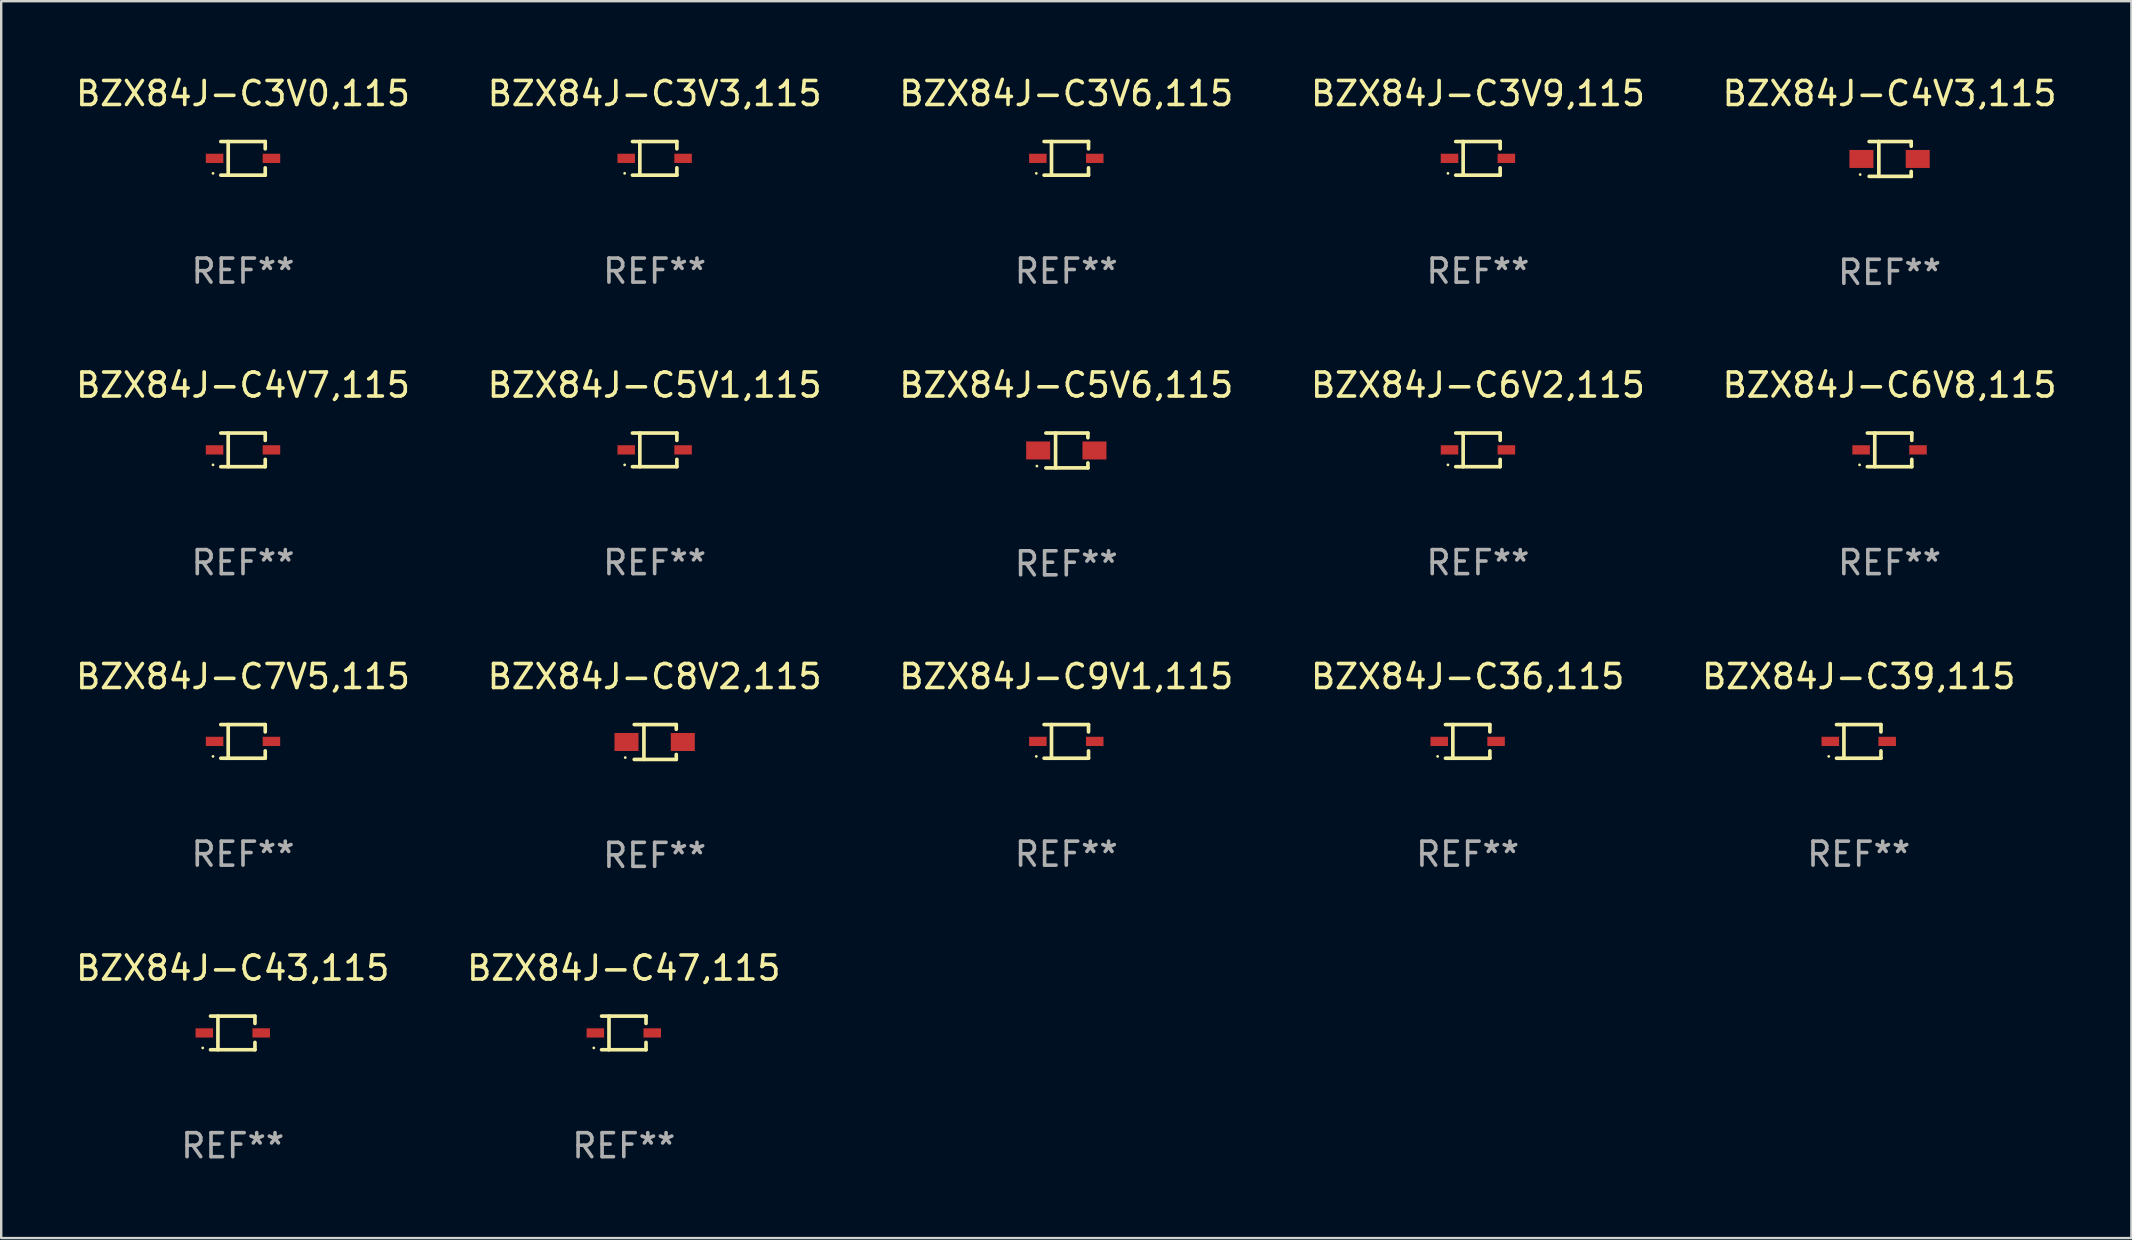
<source format=kicad_pcb>
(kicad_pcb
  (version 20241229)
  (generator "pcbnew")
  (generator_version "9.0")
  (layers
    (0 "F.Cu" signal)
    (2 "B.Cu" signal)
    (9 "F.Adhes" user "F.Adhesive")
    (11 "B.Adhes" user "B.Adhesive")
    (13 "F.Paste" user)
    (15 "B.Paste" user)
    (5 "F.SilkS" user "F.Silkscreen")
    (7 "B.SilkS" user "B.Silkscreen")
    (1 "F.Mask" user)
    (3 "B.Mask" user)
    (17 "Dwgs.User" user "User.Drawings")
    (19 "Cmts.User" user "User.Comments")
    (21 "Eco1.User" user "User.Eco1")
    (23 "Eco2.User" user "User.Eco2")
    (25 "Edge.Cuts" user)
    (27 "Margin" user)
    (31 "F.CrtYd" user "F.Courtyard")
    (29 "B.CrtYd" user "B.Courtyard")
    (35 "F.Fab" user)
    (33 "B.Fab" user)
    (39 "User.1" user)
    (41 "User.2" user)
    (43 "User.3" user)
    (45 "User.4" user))
  (footprint "BZX84J-C5V6,115"
    (layer "F.Cu")
    (at 41.387 15.723)
    (property "Reference" "BZX84J-C5V6,115" (at 0 -2.726 0) (layer "F.SilkS") (effects (font (size 1 1) (thickness 0.15))))
    (attr through_hole)
    (fp_line (start -0.851 -0.726) (end 0.901 -0.726) (stroke (width 0.152) (type solid)) (layer "F.SilkS"))
    (fp_line (start -0.851 0.726) (end 0.901 0.726) (stroke (width 0.152) (type solid)) (layer "F.SilkS"))
    (fp_line (start -0.447 -0.726) (end -0.447 0.726) (stroke (width 0.152) (type solid)) (layer "F.SilkS"))
    (fp_line (start 0.901 -0.726) (end 0.901 -0.53) (stroke (width 0.152) (type solid)) (layer "F.SilkS"))
    (fp_line (start 0.901 0.726) (end 0.901 0.52) (stroke (width 0.152) (type solid)) (layer "F.SilkS"))
    (fp_circle (center -1.225 0.65) (end -1.195 0.65) (stroke (width 0.06) (type solid)) (fill no) (layer "F.SilkS"))
    (fp_text user "REF**" (at 0 4.726 0) (layer "F.Fab") (effects (font (size 1 1) (thickness 0.15))))
    (pad "1" smd rect (at -1.173 0) (size 1 0.75) (layers "F.Cu" "F.Mask" "F.Paste"))
    (pad "2" smd rect (at 1.173 0) (size 1 0.75) (layers "F.Cu" "F.Mask" "F.Paste")))
  (footprint "BZX84J-C9V1,115"
    (layer "F.Cu")
    (at 41.387 27.847)
    (property "Reference" "BZX84J-C9V1,115" (at 0 -2.701 0) (layer "F.SilkS") (effects (font (size 1 1) (thickness 0.15))))
    (attr through_hole)
    (fp_line (start -0.926 -0.701) (end 0.926 -0.701) (stroke (width 0.152) (type solid)) (layer "F.SilkS"))
    (fp_line (start -0.926 0.701) (end 0.926 0.701) (stroke (width 0.152) (type solid)) (layer "F.SilkS"))
    (fp_line (start -0.617 -0.701) (end -0.617 0.701) (stroke (width 0.152) (type solid)) (layer "F.SilkS"))
    (fp_line (start 0.926 -0.701) (end 0.926 -0.396) (stroke (width 0.152) (type solid)) (layer "F.SilkS"))
    (fp_line (start 0.926 0.701) (end 0.926 0.396) (stroke (width 0.152) (type solid)) (layer "F.SilkS"))
    (fp_circle (center -1.25 0.625) (end -1.22 0.625) (stroke (width 0.06) (type solid)) (fill no) (layer "F.SilkS"))
    (fp_text user "REF**" (at 0 4.701 0) (layer "F.Fab") (effects (font (size 1 1) (thickness 0.15))))
    (pad "1" smd rect (at -1.185 0 180) (size 0.73 0.385) (layers "F.Cu" "F.Mask" "F.Paste"))
    (pad "2" smd rect (at 1.185 0 180) (size 0.73 0.385) (layers "F.Cu" "F.Mask" "F.Paste")))
  (footprint "BZX84J-C4V7,115"
    (layer "F.Cu")
    (at 7.077 15.698)
    (property "Reference" "BZX84J-C4V7,115" (at 0 -2.701 0) (layer "F.SilkS") (effects (font (size 1 1) (thickness 0.15))))
    (attr through_hole)
    (fp_line (start -0.926 -0.701) (end 0.926 -0.701) (stroke (width 0.152) (type solid)) (layer "F.SilkS"))
    (fp_line (start -0.926 0.701) (end 0.926 0.701) (stroke (width 0.152) (type solid)) (layer "F.SilkS"))
    (fp_line (start -0.617 -0.701) (end -0.617 0.701) (stroke (width 0.152) (type solid)) (layer "F.SilkS"))
    (fp_line (start 0.926 -0.701) (end 0.926 -0.396) (stroke (width 0.152) (type solid)) (layer "F.SilkS"))
    (fp_line (start 0.926 0.701) (end 0.926 0.396) (stroke (width 0.152) (type solid)) (layer "F.SilkS"))
    (fp_circle (center -1.25 0.625) (end -1.22 0.625) (stroke (width 0.06) (type solid)) (fill no) (layer "F.SilkS"))
    (fp_text user "REF**" (at 0 4.701 0) (layer "F.Fab") (effects (font (size 1 1) (thickness 0.15))))
    (pad "1" smd rect (at -1.185 0 180) (size 0.73 0.385) (layers "F.Cu" "F.Mask" "F.Paste"))
    (pad "2" smd rect (at 1.185 0 180) (size 0.73 0.385) (layers "F.Cu" "F.Mask" "F.Paste")))
  (footprint "BZX84J-C3V3,115"
    (layer "F.Cu")
    (at 24.232 3.549)
    (property "Reference" "BZX84J-C3V3,115" (at 0 -2.701 0) (layer "F.SilkS") (effects (font (size 1 1) (thickness 0.15))))
    (attr through_hole)
    (fp_line (start -0.926 -0.701) (end 0.926 -0.701) (stroke (width 0.152) (type solid)) (layer "F.SilkS"))
    (fp_line (start -0.926 0.701) (end 0.926 0.701) (stroke (width 0.152) (type solid)) (layer "F.SilkS"))
    (fp_line (start -0.617 -0.701) (end -0.617 0.701) (stroke (width 0.152) (type solid)) (layer "F.SilkS"))
    (fp_line (start 0.926 -0.701) (end 0.926 -0.396) (stroke (width 0.152) (type solid)) (layer "F.SilkS"))
    (fp_line (start 0.926 0.701) (end 0.926 0.396) (stroke (width 0.152) (type solid)) (layer "F.SilkS"))
    (fp_circle (center -1.25 0.625) (end -1.22 0.625) (stroke (width 0.06) (type solid)) (fill no) (layer "F.SilkS"))
    (fp_text user "REF**" (at 0 4.701 0) (layer "F.Fab") (effects (font (size 1 1) (thickness 0.15))))
    (pad "1" smd rect (at -1.185 0 180) (size 0.73 0.385) (layers "F.Cu" "F.Mask" "F.Paste"))
    (pad "2" smd rect (at 1.185 0 180) (size 0.73 0.385) (layers "F.Cu" "F.Mask" "F.Paste")))
  (footprint "BZX84J-C3V9,115"
    (layer "F.Cu")
    (at 58.542 3.549)
    (property "Reference" "BZX84J-C3V9,115" (at 0 -2.701 0) (layer "F.SilkS") (effects (font (size 1 1) (thickness 0.15))))
    (attr through_hole)
    (fp_line (start -0.926 -0.701) (end 0.926 -0.701) (stroke (width 0.152) (type solid)) (layer "F.SilkS"))
    (fp_line (start -0.926 0.701) (end 0.926 0.701) (stroke (width 0.152) (type solid)) (layer "F.SilkS"))
    (fp_line (start -0.617 -0.701) (end -0.617 0.701) (stroke (width 0.152) (type solid)) (layer "F.SilkS"))
    (fp_line (start 0.926 -0.701) (end 0.926 -0.396) (stroke (width 0.152) (type solid)) (layer "F.SilkS"))
    (fp_line (start 0.926 0.701) (end 0.926 0.396) (stroke (width 0.152) (type solid)) (layer "F.SilkS"))
    (fp_circle (center -1.25 0.625) (end -1.22 0.625) (stroke (width 0.06) (type solid)) (fill no) (layer "F.SilkS"))
    (fp_text user "REF**" (at 0 4.701 0) (layer "F.Fab") (effects (font (size 1 1) (thickness 0.15))))
    (pad "1" smd rect (at -1.185 0 180) (size 0.73 0.385) (layers "F.Cu" "F.Mask" "F.Paste"))
    (pad "2" smd rect (at 1.185 0 180) (size 0.73 0.385) (layers "F.Cu" "F.Mask" "F.Paste")))
  (footprint "BZX84J-C4V3,115"
    (layer "F.Cu")
    (at 75.696 3.574)
    (property "Reference" "BZX84J-C4V3,115" (at 0 -2.726 0) (layer "F.SilkS") (effects (font (size 1 1) (thickness 0.15))))
    (attr through_hole)
    (fp_line (start -0.851 -0.726) (end 0.901 -0.726) (stroke (width 0.152) (type solid)) (layer "F.SilkS"))
    (fp_line (start -0.851 0.726) (end 0.901 0.726) (stroke (width 0.152) (type solid)) (layer "F.SilkS"))
    (fp_line (start -0.447 -0.726) (end -0.447 0.726) (stroke (width 0.152) (type solid)) (layer "F.SilkS"))
    (fp_line (start 0.901 -0.726) (end 0.901 -0.53) (stroke (width 0.152) (type solid)) (layer "F.SilkS"))
    (fp_line (start 0.901 0.726) (end 0.901 0.52) (stroke (width 0.152) (type solid)) (layer "F.SilkS"))
    (fp_circle (center -1.225 0.65) (end -1.195 0.65) (stroke (width 0.06) (type solid)) (fill no) (layer "F.SilkS"))
    (fp_text user "REF**" (at 0 4.726 0) (layer "F.Fab") (effects (font (size 1 1) (thickness 0.15))))
    (pad "1" smd rect (at -1.173 0) (size 1 0.75) (layers "F.Cu" "F.Mask" "F.Paste"))
    (pad "2" smd rect (at 1.173 0) (size 1 0.75) (layers "F.Cu" "F.Mask" "F.Paste")))
  (footprint "BZX84J-C47,115"
    (layer "F.Cu")
    (at 22.946 39.996)
    (property "Reference" "BZX84J-C47,115" (at 0 -2.701 0) (layer "F.SilkS") (effects (font (size 1 1) (thickness 0.15))))
    (attr through_hole)
    (fp_line (start -0.926 -0.701) (end 0.926 -0.701) (stroke (width 0.152) (type solid)) (layer "F.SilkS"))
    (fp_line (start -0.926 0.701) (end 0.926 0.701) (stroke (width 0.152) (type solid)) (layer "F.SilkS"))
    (fp_line (start -0.617 -0.701) (end -0.617 0.701) (stroke (width 0.152) (type solid)) (layer "F.SilkS"))
    (fp_line (start 0.926 -0.701) (end 0.926 -0.396) (stroke (width 0.152) (type solid)) (layer "F.SilkS"))
    (fp_line (start 0.926 0.701) (end 0.926 0.396) (stroke (width 0.152) (type solid)) (layer "F.SilkS"))
    (fp_circle (center -1.25 0.625) (end -1.22 0.625) (stroke (width 0.06) (type solid)) (fill no) (layer "F.SilkS"))
    (fp_text user "REF**" (at 0 4.701 0) (layer "F.Fab") (effects (font (size 1 1) (thickness 0.15))))
    (pad "1" smd rect (at -1.185 0 180) (size 0.73 0.385) (layers "F.Cu" "F.Mask" "F.Paste"))
    (pad "2" smd rect (at 1.185 0 180) (size 0.73 0.385) (layers "F.Cu" "F.Mask" "F.Paste")))
  (footprint "BZX84J-C8V2,115"
    (layer "F.Cu")
    (at 24.232 27.872)
    (property "Reference" "BZX84J-C8V2,115" (at 0 -2.726 0) (layer "F.SilkS") (effects (font (size 1 1) (thickness 0.15))))
    (attr through_hole)
    (fp_line (start -0.851 -0.726) (end 0.901 -0.726) (stroke (width 0.152) (type solid)) (layer "F.SilkS"))
    (fp_line (start -0.851 0.726) (end 0.901 0.726) (stroke (width 0.152) (type solid)) (layer "F.SilkS"))
    (fp_line (start -0.447 -0.726) (end -0.447 0.726) (stroke (width 0.152) (type solid)) (layer "F.SilkS"))
    (fp_line (start 0.901 -0.726) (end 0.901 -0.53) (stroke (width 0.152) (type solid)) (layer "F.SilkS"))
    (fp_line (start 0.901 0.726) (end 0.901 0.52) (stroke (width 0.152) (type solid)) (layer "F.SilkS"))
    (fp_circle (center -1.225 0.65) (end -1.195 0.65) (stroke (width 0.06) (type solid)) (fill no) (layer "F.SilkS"))
    (fp_text user "REF**" (at 0 4.726 0) (layer "F.Fab") (effects (font (size 1 1) (thickness 0.15))))
    (pad "1" smd rect (at -1.173 0) (size 1 0.75) (layers "F.Cu" "F.Mask" "F.Paste"))
    (pad "2" smd rect (at 1.173 0) (size 1 0.75) (layers "F.Cu" "F.Mask" "F.Paste")))
  (footprint "BZX84J-C43,115"
    (layer "F.Cu")
    (at 6.649 39.996)
    (property "Reference" "BZX84J-C43,115" (at 0 -2.701 0) (layer "F.SilkS") (effects (font (size 1 1) (thickness 0.15))))
    (attr through_hole)
    (fp_line (start -0.926 -0.701) (end 0.926 -0.701) (stroke (width 0.152) (type solid)) (layer "F.SilkS"))
    (fp_line (start -0.926 0.701) (end 0.926 0.701) (stroke (width 0.152) (type solid)) (layer "F.SilkS"))
    (fp_line (start -0.617 -0.701) (end -0.617 0.701) (stroke (width 0.152) (type solid)) (layer "F.SilkS"))
    (fp_line (start 0.926 -0.701) (end 0.926 -0.396) (stroke (width 0.152) (type solid)) (layer "F.SilkS"))
    (fp_line (start 0.926 0.701) (end 0.926 0.396) (stroke (width 0.152) (type solid)) (layer "F.SilkS"))
    (fp_circle (center -1.25 0.625) (end -1.22 0.625) (stroke (width 0.06) (type solid)) (fill no) (layer "F.SilkS"))
    (fp_text user "REF**" (at 0 4.701 0) (layer "F.Fab") (effects (font (size 1 1) (thickness 0.15))))
    (pad "1" smd rect (at -1.185 0 180) (size 0.73 0.385) (layers "F.Cu" "F.Mask" "F.Paste"))
    (pad "2" smd rect (at 1.185 0 180) (size 0.73 0.385) (layers "F.Cu" "F.Mask" "F.Paste")))
  (footprint "BZX84J-C7V5,115"
    (layer "F.Cu")
    (at 7.077 27.847)
    (property "Reference" "BZX84J-C7V5,115" (at 0 -2.701 0) (layer "F.SilkS") (effects (font (size 1 1) (thickness 0.15))))
    (attr through_hole)
    (fp_line (start -0.926 -0.701) (end 0.926 -0.701) (stroke (width 0.152) (type solid)) (layer "F.SilkS"))
    (fp_line (start -0.926 0.701) (end 0.926 0.701) (stroke (width 0.152) (type solid)) (layer "F.SilkS"))
    (fp_line (start -0.617 -0.701) (end -0.617 0.701) (stroke (width 0.152) (type solid)) (layer "F.SilkS"))
    (fp_line (start 0.926 -0.701) (end 0.926 -0.396) (stroke (width 0.152) (type solid)) (layer "F.SilkS"))
    (fp_line (start 0.926 0.701) (end 0.926 0.396) (stroke (width 0.152) (type solid)) (layer "F.SilkS"))
    (fp_circle (center -1.25 0.625) (end -1.22 0.625) (stroke (width 0.06) (type solid)) (fill no) (layer "F.SilkS"))
    (fp_text user "REF**" (at 0 4.701 0) (layer "F.Fab") (effects (font (size 1 1) (thickness 0.15))))
    (pad "1" smd rect (at -1.185 0 180) (size 0.73 0.385) (layers "F.Cu" "F.Mask" "F.Paste"))
    (pad "2" smd rect (at 1.185 0 180) (size 0.73 0.385) (layers "F.Cu" "F.Mask" "F.Paste")))
  (footprint "BZX84J-C6V2,115"
    (layer "F.Cu")
    (at 58.542 15.698)
    (property "Reference" "BZX84J-C6V2,115" (at 0 -2.701 0) (layer "F.SilkS") (effects (font (size 1 1) (thickness 0.15))))
    (attr through_hole)
    (fp_line (start -0.926 -0.701) (end 0.926 -0.701) (stroke (width 0.152) (type solid)) (layer "F.SilkS"))
    (fp_line (start -0.926 0.701) (end 0.926 0.701) (stroke (width 0.152) (type solid)) (layer "F.SilkS"))
    (fp_line (start -0.617 -0.701) (end -0.617 0.701) (stroke (width 0.152) (type solid)) (layer "F.SilkS"))
    (fp_line (start 0.926 -0.701) (end 0.926 -0.396) (stroke (width 0.152) (type solid)) (layer "F.SilkS"))
    (fp_line (start 0.926 0.701) (end 0.926 0.396) (stroke (width 0.152) (type solid)) (layer "F.SilkS"))
    (fp_circle (center -1.25 0.625) (end -1.22 0.625) (stroke (width 0.06) (type solid)) (fill no) (layer "F.SilkS"))
    (fp_text user "REF**" (at 0 4.701 0) (layer "F.Fab") (effects (font (size 1 1) (thickness 0.15))))
    (pad "1" smd rect (at -1.185 0 180) (size 0.73 0.385) (layers "F.Cu" "F.Mask" "F.Paste"))
    (pad "2" smd rect (at 1.185 0 180) (size 0.73 0.385) (layers "F.Cu" "F.Mask" "F.Paste")))
  (footprint "BZX84J-C36,115"
    (layer "F.Cu")
    (at 58.113 27.847)
    (property "Reference" "BZX84J-C36,115" (at 0 -2.701 0) (layer "F.SilkS") (effects (font (size 1 1) (thickness 0.15))))
    (attr through_hole)
    (fp_line (start -0.926 -0.701) (end 0.926 -0.701) (stroke (width 0.152) (type solid)) (layer "F.SilkS"))
    (fp_line (start -0.926 0.701) (end 0.926 0.701) (stroke (width 0.152) (type solid)) (layer "F.SilkS"))
    (fp_line (start -0.617 -0.701) (end -0.617 0.701) (stroke (width 0.152) (type solid)) (layer "F.SilkS"))
    (fp_line (start 0.926 -0.701) (end 0.926 -0.396) (stroke (width 0.152) (type solid)) (layer "F.SilkS"))
    (fp_line (start 0.926 0.701) (end 0.926 0.396) (stroke (width 0.152) (type solid)) (layer "F.SilkS"))
    (fp_circle (center -1.25 0.625) (end -1.22 0.625) (stroke (width 0.06) (type solid)) (fill no) (layer "F.SilkS"))
    (fp_text user "REF**" (at 0 4.701 0) (layer "F.Fab") (effects (font (size 1 1) (thickness 0.15))))
    (pad "1" smd rect (at -1.185 0 180) (size 0.73 0.385) (layers "F.Cu" "F.Mask" "F.Paste"))
    (pad "2" smd rect (at 1.185 0 180) (size 0.73 0.385) (layers "F.Cu" "F.Mask" "F.Paste")))
  (footprint "BZX84J-C39,115"
    (layer "F.Cu")
    (at 74.411 27.847)
    (property "Reference" "BZX84J-C39,115" (at 0 -2.701 0) (layer "F.SilkS") (effects (font (size 1 1) (thickness 0.15))))
    (attr through_hole)
    (fp_line (start -0.926 -0.701) (end 0.926 -0.701) (stroke (width 0.152) (type solid)) (layer "F.SilkS"))
    (fp_line (start -0.926 0.701) (end 0.926 0.701) (stroke (width 0.152) (type solid)) (layer "F.SilkS"))
    (fp_line (start -0.617 -0.701) (end -0.617 0.701) (stroke (width 0.152) (type solid)) (layer "F.SilkS"))
    (fp_line (start 0.926 -0.701) (end 0.926 -0.396) (stroke (width 0.152) (type solid)) (layer "F.SilkS"))
    (fp_line (start 0.926 0.701) (end 0.926 0.396) (stroke (width 0.152) (type solid)) (layer "F.SilkS"))
    (fp_circle (center -1.25 0.625) (end -1.22 0.625) (stroke (width 0.06) (type solid)) (fill no) (layer "F.SilkS"))
    (fp_text user "REF**" (at 0 4.701 0) (layer "F.Fab") (effects (font (size 1 1) (thickness 0.15))))
    (pad "1" smd rect (at -1.185 0 180) (size 0.73 0.385) (layers "F.Cu" "F.Mask" "F.Paste"))
    (pad "2" smd rect (at 1.185 0 180) (size 0.73 0.385) (layers "F.Cu" "F.Mask" "F.Paste")))
  (footprint "BZX84J-C3V0,115"
    (layer "F.Cu")
    (at 7.077 3.549)
    (property "Reference" "BZX84J-C3V0,115" (at 0 -2.701 0) (layer "F.SilkS") (effects (font (size 1 1) (thickness 0.15))))
    (attr through_hole)
    (fp_line (start -0.926 -0.701) (end 0.926 -0.701) (stroke (width 0.152) (type solid)) (layer "F.SilkS"))
    (fp_line (start -0.926 0.701) (end 0.926 0.701) (stroke (width 0.152) (type solid)) (layer "F.SilkS"))
    (fp_line (start -0.617 -0.701) (end -0.617 0.701) (stroke (width 0.152) (type solid)) (layer "F.SilkS"))
    (fp_line (start 0.926 -0.701) (end 0.926 -0.396) (stroke (width 0.152) (type solid)) (layer "F.SilkS"))
    (fp_line (start 0.926 0.701) (end 0.926 0.396) (stroke (width 0.152) (type solid)) (layer "F.SilkS"))
    (fp_circle (center -1.25 0.625) (end -1.22 0.625) (stroke (width 0.06) (type solid)) (fill no) (layer "F.SilkS"))
    (fp_text user "REF**" (at 0 4.701 0) (layer "F.Fab") (effects (font (size 1 1) (thickness 0.15))))
    (pad "1" smd rect (at -1.185 0 180) (size 0.73 0.385) (layers "F.Cu" "F.Mask" "F.Paste"))
    (pad "2" smd rect (at 1.185 0 180) (size 0.73 0.385) (layers "F.Cu" "F.Mask" "F.Paste")))
  (footprint "BZX84J-C6V8,115"
    (layer "F.Cu")
    (at 75.696 15.698)
    (property "Reference" "BZX84J-C6V8,115" (at 0 -2.701 0) (layer "F.SilkS") (effects (font (size 1 1) (thickness 0.15))))
    (attr through_hole)
    (fp_line (start -0.926 -0.701) (end 0.926 -0.701) (stroke (width 0.152) (type solid)) (layer "F.SilkS"))
    (fp_line (start -0.926 0.701) (end 0.926 0.701) (stroke (width 0.152) (type solid)) (layer "F.SilkS"))
    (fp_line (start -0.617 -0.701) (end -0.617 0.701) (stroke (width 0.152) (type solid)) (layer "F.SilkS"))
    (fp_line (start 0.926 -0.701) (end 0.926 -0.396) (stroke (width 0.152) (type solid)) (layer "F.SilkS"))
    (fp_line (start 0.926 0.701) (end 0.926 0.396) (stroke (width 0.152) (type solid)) (layer "F.SilkS"))
    (fp_circle (center -1.25 0.625) (end -1.22 0.625) (stroke (width 0.06) (type solid)) (fill no) (layer "F.SilkS"))
    (fp_text user "REF**" (at 0 4.701 0) (layer "F.Fab") (effects (font (size 1 1) (thickness 0.15))))
    (pad "1" smd rect (at -1.185 0 180) (size 0.73 0.385) (layers "F.Cu" "F.Mask" "F.Paste"))
    (pad "2" smd rect (at 1.185 0 180) (size 0.73 0.385) (layers "F.Cu" "F.Mask" "F.Paste")))
  (footprint "BZX84J-C3V6,115"
    (layer "F.Cu")
    (at 41.387 3.549)
    (property "Reference" "BZX84J-C3V6,115" (at 0 -2.701 0) (layer "F.SilkS") (effects (font (size 1 1) (thickness 0.15))))
    (attr through_hole)
    (fp_line (start -0.926 -0.701) (end 0.926 -0.701) (stroke (width 0.152) (type solid)) (layer "F.SilkS"))
    (fp_line (start -0.926 0.701) (end 0.926 0.701) (stroke (width 0.152) (type solid)) (layer "F.SilkS"))
    (fp_line (start -0.617 -0.701) (end -0.617 0.701) (stroke (width 0.152) (type solid)) (layer "F.SilkS"))
    (fp_line (start 0.926 -0.701) (end 0.926 -0.396) (stroke (width 0.152) (type solid)) (layer "F.SilkS"))
    (fp_line (start 0.926 0.701) (end 0.926 0.396) (stroke (width 0.152) (type solid)) (layer "F.SilkS"))
    (fp_circle (center -1.25 0.625) (end -1.22 0.625) (stroke (width 0.06) (type solid)) (fill no) (layer "F.SilkS"))
    (fp_text user "REF**" (at 0 4.701 0) (layer "F.Fab") (effects (font (size 1 1) (thickness 0.15))))
    (pad "1" smd rect (at -1.185 0 180) (size 0.73 0.385) (layers "F.Cu" "F.Mask" "F.Paste"))
    (pad "2" smd rect (at 1.185 0 180) (size 0.73 0.385) (layers "F.Cu" "F.Mask" "F.Paste")))
  (footprint "BZX84J-C5V1,115"
    (layer "F.Cu")
    (at 24.232 15.698)
    (property "Reference" "BZX84J-C5V1,115" (at 0 -2.701 0) (layer "F.SilkS") (effects (font (size 1 1) (thickness 0.15))))
    (attr through_hole)
    (fp_line (start -0.926 -0.701) (end 0.926 -0.701) (stroke (width 0.152) (type solid)) (layer "F.SilkS"))
    (fp_line (start -0.926 0.701) (end 0.926 0.701) (stroke (width 0.152) (type solid)) (layer "F.SilkS"))
    (fp_line (start -0.617 -0.701) (end -0.617 0.701) (stroke (width 0.152) (type solid)) (layer "F.SilkS"))
    (fp_line (start 0.926 -0.701) (end 0.926 -0.396) (stroke (width 0.152) (type solid)) (layer "F.SilkS"))
    (fp_line (start 0.926 0.701) (end 0.926 0.396) (stroke (width 0.152) (type solid)) (layer "F.SilkS"))
    (fp_circle (center -1.25 0.625) (end -1.22 0.625) (stroke (width 0.06) (type solid)) (fill no) (layer "F.SilkS"))
    (fp_text user "REF**" (at 0 4.701 0) (layer "F.Fab") (effects (font (size 1 1) (thickness 0.15))))
    (pad "1" smd rect (at -1.185 0 180) (size 0.73 0.385) (layers "F.Cu" "F.Mask" "F.Paste"))
    (pad "2" smd rect (at 1.185 0 180) (size 0.73 0.385) (layers "F.Cu" "F.Mask" "F.Paste")))
  (gr_rect
    (start -3 -3)
    (end 85.774 48.546)
    (stroke (width 0.1) (type default))
    (fill no)
    (layer "Edge.Cuts")))
</source>
